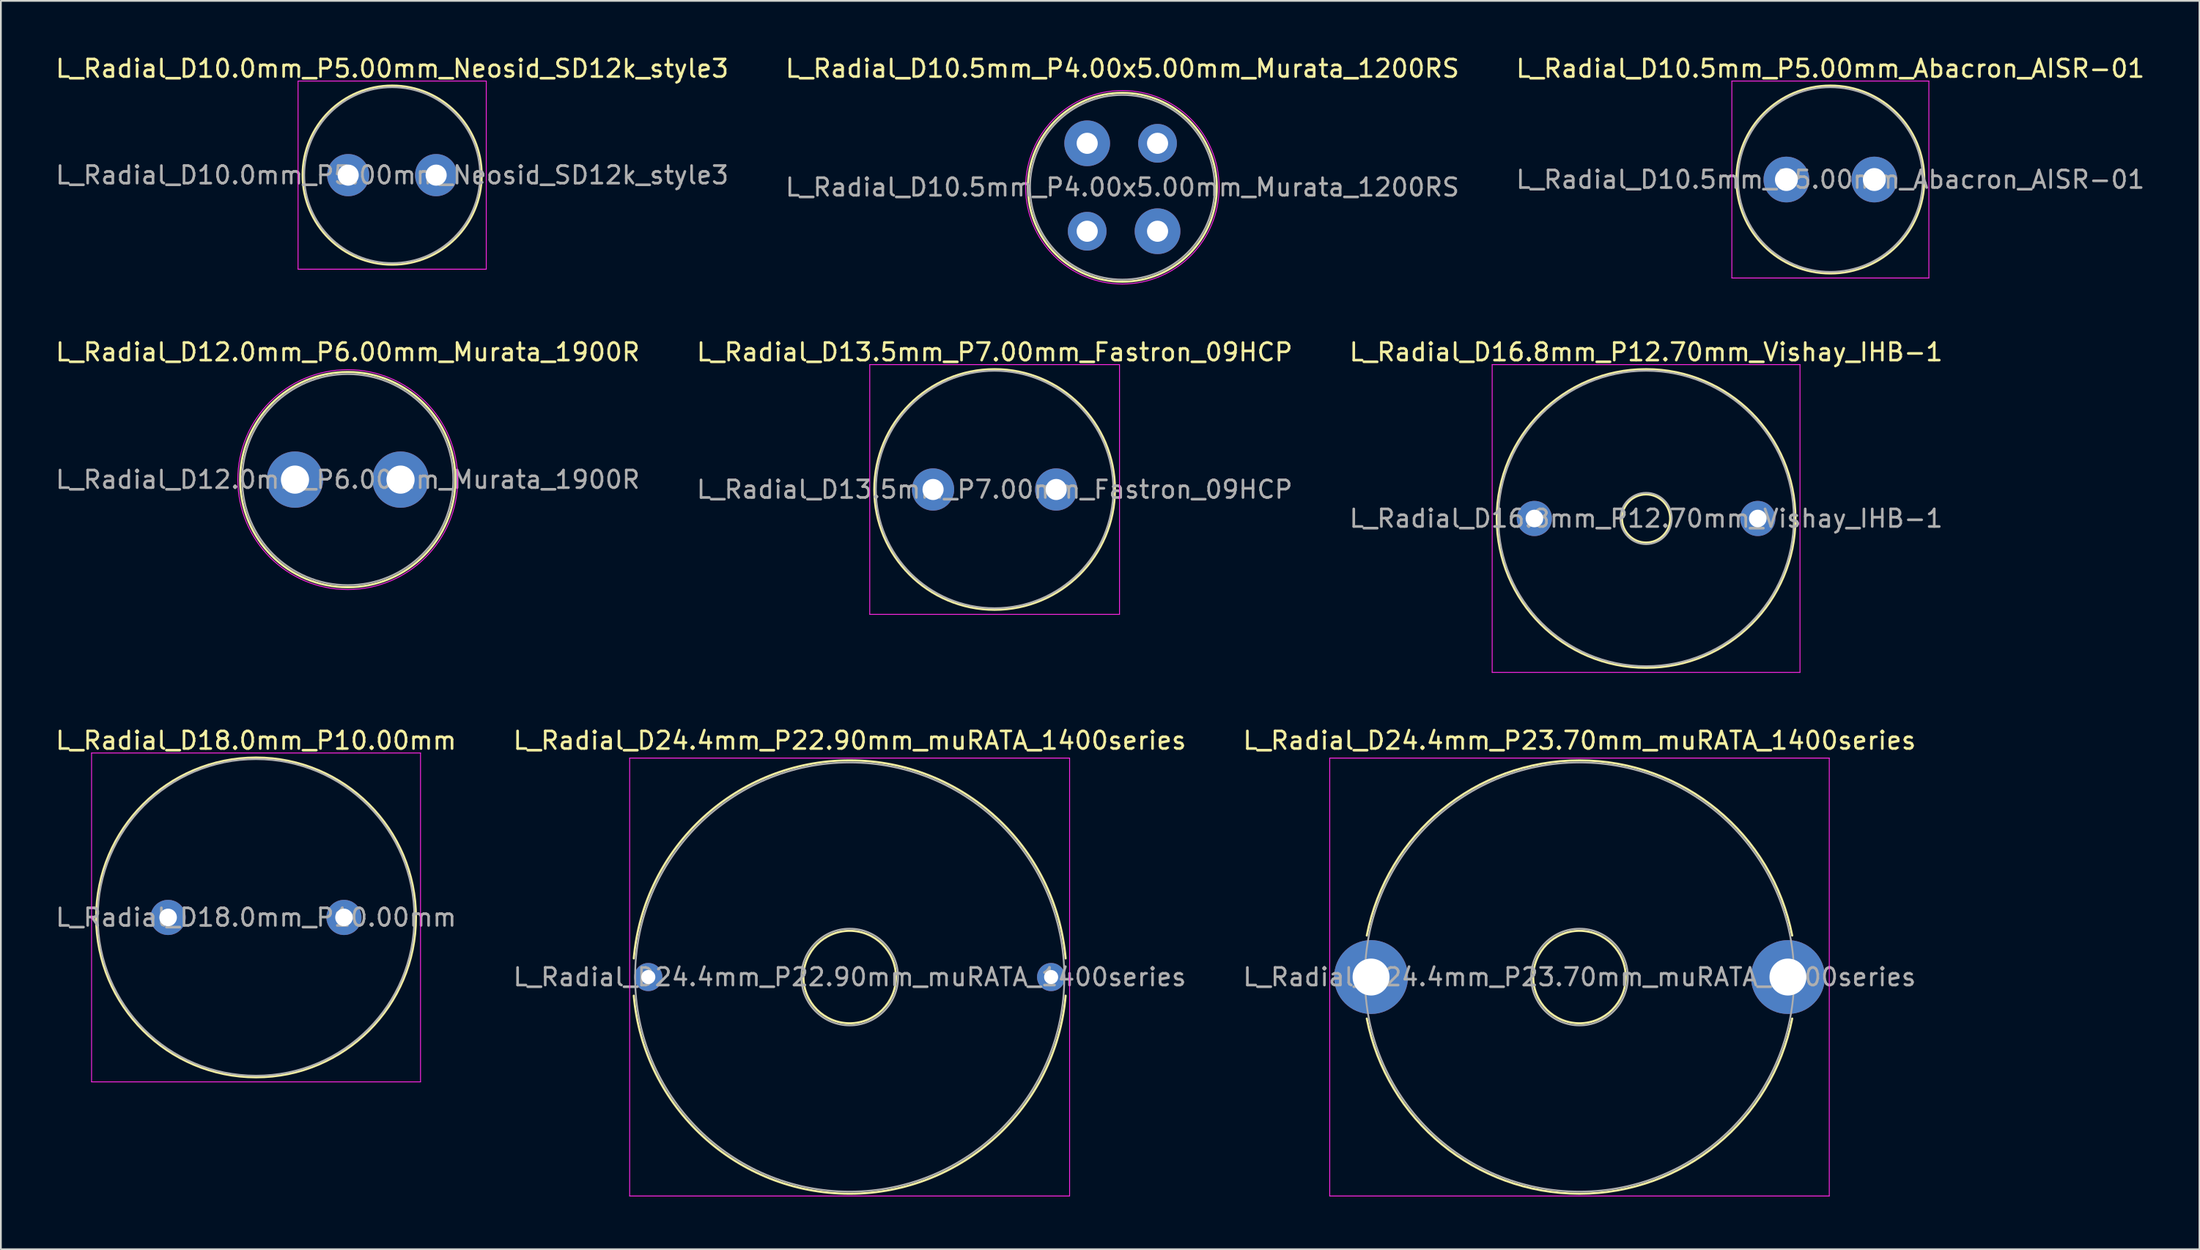
<source format=kicad_pcb>
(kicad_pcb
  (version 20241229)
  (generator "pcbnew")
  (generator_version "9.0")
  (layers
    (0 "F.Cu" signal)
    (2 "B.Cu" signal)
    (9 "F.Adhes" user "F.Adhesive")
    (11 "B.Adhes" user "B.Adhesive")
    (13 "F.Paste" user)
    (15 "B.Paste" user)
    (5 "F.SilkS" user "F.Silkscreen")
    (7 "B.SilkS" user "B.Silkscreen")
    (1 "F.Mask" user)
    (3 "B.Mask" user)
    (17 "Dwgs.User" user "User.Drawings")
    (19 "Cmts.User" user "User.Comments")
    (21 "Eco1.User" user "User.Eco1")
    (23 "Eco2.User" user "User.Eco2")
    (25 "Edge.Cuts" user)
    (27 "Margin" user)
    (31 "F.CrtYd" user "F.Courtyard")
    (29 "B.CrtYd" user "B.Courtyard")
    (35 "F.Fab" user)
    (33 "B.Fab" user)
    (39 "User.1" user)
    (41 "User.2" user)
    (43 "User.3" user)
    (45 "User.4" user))
  (footprint "L_Radial_D24.4mm_P22.90mm_muRATA_1400series"
    (layer "F.Cu")
    (at 33.806 52.505)
    (property "Reference" "L_Radial_D24.4mm_P22.90mm_muRATA_1400series" (at 11.45 -13.45 0) (layer "F.SilkS") (effects (font (size 1 1) (thickness 0.15))))
    (attr through_hole)
    (fp_arc (start -0.824315 -1.06) (mid 11.45 -12.32) (end 23.724315 -1.06) (stroke (width 0.12) (type solid)) (layer "F.SilkS"))
    (fp_arc (start 23.724315 1.06) (mid 11.45 12.32) (end -0.824315 1.06) (stroke (width 0.12) (type solid)) (layer "F.SilkS"))
    (fp_circle (center 11.45 0) (end 14.08 0) (stroke (width 0.12) (type solid)) (fill no) (layer "F.SilkS"))
    (fp_line (start -1.06 -12.45) (end -1.06 12.45) (stroke (width 0.05) (type solid)) (layer "F.CrtYd"))
    (fp_line (start -1.06 12.45) (end 23.95 12.45) (stroke (width 0.05) (type solid)) (layer "F.CrtYd"))
    (fp_line (start 23.95 -12.45) (end -1.06 -12.45) (stroke (width 0.05) (type solid)) (layer "F.CrtYd"))
    (fp_line (start 23.95 12.45) (end 23.95 -12.45) (stroke (width 0.05) (type solid)) (layer "F.CrtYd"))
    (fp_circle (center 11.45 0) (end 14.2 0) (stroke (width 0.1) (type solid)) (fill no) (layer "F.Fab"))
    (fp_circle (center 11.45 0) (end 23.65 0) (stroke (width 0.1) (type solid)) (fill no) (layer "F.Fab"))
    (fp_text user "${REFERENCE}" (at 11.45 0 0) (layer "F.Fab") (effects (font (size 1 1) (thickness 0.15))))
    (pad "1" thru_hole circle (at 0 0) (size 1.6 1.6) (drill 0.8) (layers "*.Cu" "*.Mask"))
    (pad "2" thru_hole circle (at 22.9 0) (size 1.6 1.6) (drill 0.8) (layers "*.Cu" "*.Mask")))
  (footprint "L_Radial_D10.5mm_P5.00mm_Abacron_AISR-01"
    (layer "F.Cu")
    (at 98.506 7.158)
    (property "Reference" "L_Radial_D10.5mm_P5.00mm_Abacron_AISR-01" (at 2.5 -6.31 0) (layer "F.SilkS") (effects (font (size 1 1) (thickness 0.15))))
    (attr through_hole)
    (fp_circle (center 2.5 0) (end 7.84 0) (stroke (width 0.12) (type solid)) (fill no) (layer "F.SilkS"))
    (fp_line (start -3.1 -5.6) (end -3.1 5.6) (stroke (width 0.05) (type solid)) (layer "F.CrtYd"))
    (fp_line (start -3.1 5.6) (end 8.1 5.6) (stroke (width 0.05) (type solid)) (layer "F.CrtYd"))
    (fp_line (start 8.1 -5.6) (end -3.1 -5.6) (stroke (width 0.05) (type solid)) (layer "F.CrtYd"))
    (fp_line (start 8.1 5.6) (end 8.1 -5.6) (stroke (width 0.05) (type solid)) (layer "F.CrtYd"))
    (fp_circle (center 2.5 0) (end 7.75 0) (stroke (width 0.1) (type solid)) (fill no) (layer "F.Fab"))
    (fp_text user "${REFERENCE}" (at 2.5 0 0) (layer "F.Fab") (effects (font (size 1 1) (thickness 0.15))))
    (pad "1" thru_hole circle (at 0 0) (size 2.6 2.6) (drill 1.3) (layers "*.Cu" "*.Mask"))
    (pad "2" thru_hole circle (at 5 0) (size 2.6 2.6) (drill 1.3) (layers "*.Cu" "*.Mask")))
  (footprint "L_Radial_D13.5mm_P7.00mm_Fastron_09HCP"
    (layer "F.Cu")
    (at 49.994 24.782)
    (property "Reference" "L_Radial_D13.5mm_P7.00mm_Fastron_09HCP" (at 3.5 -7.81 0) (layer "F.SilkS") (effects (font (size 1 1) (thickness 0.15))))
    (attr through_hole)
    (fp_circle (center 3.5 0) (end 10.34 0) (stroke (width 0.12) (type solid)) (fill no) (layer "F.SilkS"))
    (fp_line (start -3.6 -7.1) (end -3.6 7.1) (stroke (width 0.05) (type solid)) (layer "F.CrtYd"))
    (fp_line (start -3.6 7.1) (end 10.6 7.1) (stroke (width 0.05) (type solid)) (layer "F.CrtYd"))
    (fp_line (start 10.6 -7.1) (end -3.6 -7.1) (stroke (width 0.05) (type solid)) (layer "F.CrtYd"))
    (fp_line (start 10.6 7.1) (end 10.6 -7.1) (stroke (width 0.05) (type solid)) (layer "F.CrtYd"))
    (fp_circle (center 3.5 0) (end 10.25 0) (stroke (width 0.1) (type solid)) (fill no) (layer "F.Fab"))
    (fp_text user "${REFERENCE}" (at 3.5 0 0) (layer "F.Fab") (effects (font (size 1 1) (thickness 0.15))))
    (pad "1" thru_hole circle (at 0 0) (size 2.4 2.4) (drill 1.2) (layers "*.Cu" "*.Mask"))
    (pad "2" thru_hole circle (at 7 0) (size 2.4 2.4) (drill 1.2) (layers "*.Cu" "*.Mask")))
  (footprint "L_Radial_D10.0mm_P5.00mm_Neosid_SD12k_style3"
    (layer "F.Cu")
    (at 16.744 6.908)
    (property "Reference" "L_Radial_D10.0mm_P5.00mm_Neosid_SD12k_style3" (at 2.5 -6.06 0) (layer "F.SilkS") (effects (font (size 1 1) (thickness 0.15))))
    (attr through_hole)
    (fp_circle (center 2.5 0) (end 7.59 0) (stroke (width 0.12) (type solid)) (fill no) (layer "F.SilkS"))
    (fp_line (start -2.85 -5.35) (end -2.85 5.35) (stroke (width 0.05) (type solid)) (layer "F.CrtYd"))
    (fp_line (start -2.85 5.35) (end 7.85 5.35) (stroke (width 0.05) (type solid)) (layer "F.CrtYd"))
    (fp_line (start 7.85 -5.35) (end -2.85 -5.35) (stroke (width 0.05) (type solid)) (layer "F.CrtYd"))
    (fp_line (start 7.85 5.35) (end 7.85 -5.35) (stroke (width 0.05) (type solid)) (layer "F.CrtYd"))
    (fp_circle (center 2.5 0) (end 7.5 0) (stroke (width 0.1) (type solid)) (fill no) (layer "F.Fab"))
    (fp_text user "${REFERENCE}" (at 2.5 0 0) (layer "F.Fab") (effects (font (size 1 1) (thickness 0.15))))
    (pad "1" thru_hole circle (at 0 0) (size 2.4 2.4) (drill 1.2) (layers "*.Cu" "*.Mask"))
    (pad "2" thru_hole circle (at 5 0) (size 2.4 2.4) (drill 1.2) (layers "*.Cu" "*.Mask")))
  (footprint "L_Radial_D16.8mm_P12.70mm_Vishay_IHB-1"
    (layer "F.Cu")
    (at 84.18 26.431)
    (property "Reference" "L_Radial_D16.8mm_P12.70mm_Vishay_IHB-1" (at 6.35 -9.46 0) (layer "F.SilkS") (effects (font (size 1 1) (thickness 0.15))))
    (attr through_hole)
    (fp_circle (center 6.35 0) (end 7.72 0) (stroke (width 0.12) (type solid)) (fill no) (layer "F.SilkS"))
    (fp_circle (center 6.35 0) (end 14.84 0) (stroke (width 0.12) (type solid)) (fill no) (layer "F.SilkS"))
    (fp_line (start -2.4 -8.75) (end -2.4 8.75) (stroke (width 0.05) (type solid)) (layer "F.CrtYd"))
    (fp_line (start -2.4 8.75) (end 15.1 8.75) (stroke (width 0.05) (type solid)) (layer "F.CrtYd"))
    (fp_line (start 15.1 -8.75) (end -2.4 -8.75) (stroke (width 0.05) (type solid)) (layer "F.CrtYd"))
    (fp_line (start 15.1 8.75) (end 15.1 -8.75) (stroke (width 0.05) (type solid)) (layer "F.CrtYd"))
    (fp_circle (center 6.35 0) (end 7.81 0) (stroke (width 0.1) (type solid)) (fill no) (layer "F.Fab"))
    (fp_circle (center 6.35 0) (end 14.75 0) (stroke (width 0.1) (type solid)) (fill no) (layer "F.Fab"))
    (fp_text user "${REFERENCE}" (at 6.35 0 0) (layer "F.Fab") (effects (font (size 1 1) (thickness 0.15))))
    (pad "1" thru_hole circle (at 0 0) (size 2 2) (drill 1) (layers "*.Cu" "*.Mask"))
    (pad "2" thru_hole circle (at 12.7 0) (size 2 2) (drill 1) (layers "*.Cu" "*.Mask")))
  (footprint "L_Radial_D24.4mm_P23.70mm_muRATA_1400series"
    (layer "F.Cu")
    (at 74.894 52.505)
    (property "Reference" "L_Radial_D24.4mm_P23.70mm_muRATA_1400series" (at 11.85 -13.45 0) (layer "F.SilkS") (effects (font (size 1 1) (thickness 0.15))))
    (attr through_hole)
    (fp_arc (start -0.241848 -2.36) (mid 11.85 -12.32) (end 23.941848 -2.36) (stroke (width 0.12) (type solid)) (layer "F.SilkS"))
    (fp_arc (start 23.941848 2.36) (mid 11.85 12.32) (end -0.241848 2.36) (stroke (width 0.12) (type solid)) (layer "F.SilkS"))
    (fp_circle (center 11.85 0) (end 14.48 0) (stroke (width 0.12) (type solid)) (fill no) (layer "F.SilkS"))
    (fp_line (start -2.35 -12.45) (end -2.35 12.45) (stroke (width 0.05) (type solid)) (layer "F.CrtYd"))
    (fp_line (start -2.35 12.45) (end 26.05 12.45) (stroke (width 0.05) (type solid)) (layer "F.CrtYd"))
    (fp_line (start 26.05 -12.45) (end -2.35 -12.45) (stroke (width 0.05) (type solid)) (layer "F.CrtYd"))
    (fp_line (start 26.05 12.45) (end 26.05 -12.45) (stroke (width 0.05) (type solid)) (layer "F.CrtYd"))
    (fp_circle (center 11.85 0) (end 14.6 0) (stroke (width 0.1) (type solid)) (fill no) (layer "F.Fab"))
    (fp_circle (center 11.85 0) (end 24.05 0) (stroke (width 0.1) (type solid)) (fill no) (layer "F.Fab"))
    (fp_text user "${REFERENCE}" (at 11.85 0 0) (layer "F.Fab") (effects (font (size 1 1) (thickness 0.15))))
    (pad "1" thru_hole circle (at 0 0) (size 4.2 4.2) (drill 2.1) (layers "*.Cu" "*.Mask"))
    (pad "2" thru_hole circle (at 23.7 0) (size 4.2 4.2) (drill 2.1) (layers "*.Cu" "*.Mask")))
  (footprint "L_Radial_D10.5mm_P4.00x5.00mm_Murata_1200RS"
    (layer "F.Cu")
    (at 58.756 5.098)
    (property "Reference" "L_Radial_D10.5mm_P4.00x5.00mm_Murata_1200RS" (at 2 -4.25 0) (layer "F.SilkS") (effects (font (size 1 1) (thickness 0.15))))
    (attr through_hole)
    (fp_circle (center 2 2.5) (end 7.37 2.5) (stroke (width 0.12) (type solid)) (fill no) (layer "F.SilkS"))
    (fp_circle (center 2 2.5) (end 7.5 2.5) (stroke (width 0.05) (type solid)) (fill no) (layer "F.CrtYd"))
    (fp_circle (center 2 2.5) (end 7.25 2.5) (stroke (width 0.1) (type solid)) (fill no) (layer "F.Fab"))
    (fp_text user "${REFERENCE}" (at 2 2.5 0) (layer "F.Fab") (effects (font (size 1 1) (thickness 0.15))))
    (pad "" thru_hole circle (at 0 5) (size 2.2 2.2) (drill 1.2) (layers "*.Cu" "*.Mask"))
    (pad "" thru_hole circle (at 4 0) (size 2.2 2.2) (drill 1.2) (layers "*.Cu" "*.Mask"))
    (pad "1" thru_hole circle (at 0 0) (size 2.6 2.6) (drill 1.2) (layers "*.Cu" "*.Mask"))
    (pad "2" thru_hole circle (at 4 5) (size 2.6 2.6) (drill 1.2) (layers "*.Cu" "*.Mask")))
  (footprint "L_Radial_D18.0mm_P10.00mm"
    (layer "F.Cu")
    (at 6.506 49.115)
    (property "Reference" "L_Radial_D18.0mm_P10.00mm" (at 5 -10.06 0) (layer "F.SilkS") (effects (font (size 1 1) (thickness 0.15))))
    (attr through_hole)
    (fp_circle (center 5 0) (end 14.09 0) (stroke (width 0.12) (type solid)) (fill no) (layer "F.SilkS"))
    (fp_line (start -4.35 -9.35) (end -4.35 9.35) (stroke (width 0.05) (type solid)) (layer "F.CrtYd"))
    (fp_line (start -4.35 9.35) (end 14.35 9.35) (stroke (width 0.05) (type solid)) (layer "F.CrtYd"))
    (fp_line (start 14.35 -9.35) (end -4.35 -9.35) (stroke (width 0.05) (type solid)) (layer "F.CrtYd"))
    (fp_line (start 14.35 9.35) (end 14.35 -9.35) (stroke (width 0.05) (type solid)) (layer "F.CrtYd"))
    (fp_circle (center 5 0) (end 14 0) (stroke (width 0.1) (type solid)) (fill no) (layer "F.Fab"))
    (fp_text user "${REFERENCE}" (at 5 0 0) (layer "F.Fab") (effects (font (size 1 1) (thickness 0.15))))
    (pad "1" thru_hole circle (at 0 0) (size 2 2) (drill 1) (layers "*.Cu" "*.Mask"))
    (pad "2" thru_hole circle (at 10 0) (size 2 2) (drill 1) (layers "*.Cu" "*.Mask")))
  (footprint "L_Radial_D12.0mm_P6.00mm_Murata_1900R"
    (layer "F.Cu")
    (at 13.72 24.221)
    (property "Reference" "L_Radial_D12.0mm_P6.00mm_Murata_1900R" (at 3 -7.25 0) (layer "F.SilkS") (effects (font (size 1 1) (thickness 0.15))))
    (attr through_hole)
    (fp_circle (center 3 0) (end 9.12 0) (stroke (width 0.12) (type solid)) (fill no) (layer "F.SilkS"))
    (fp_circle (center 3 0) (end 9.25 0) (stroke (width 0.05) (type solid)) (fill no) (layer "F.CrtYd"))
    (fp_circle (center 3 0) (end 9 0) (stroke (width 0.1) (type solid)) (fill no) (layer "F.Fab"))
    (fp_text user "${REFERENCE}" (at 3 0 0) (layer "F.Fab") (effects (font (size 1 1) (thickness 0.15))))
    (pad "1" thru_hole circle (at 0 0) (size 3.2 3.2) (drill 1.6) (layers "*.Cu" "*.Mask"))
    (pad "2" thru_hole circle (at 6 0) (size 3.2 3.2) (drill 1.6) (layers "*.Cu" "*.Mask")))
  (gr_rect
    (start -3 -3)
    (end 121.988 67.98)
    (stroke (width 0.1) (type default))
    (fill no)
    (layer "Edge.Cuts")))
</source>
